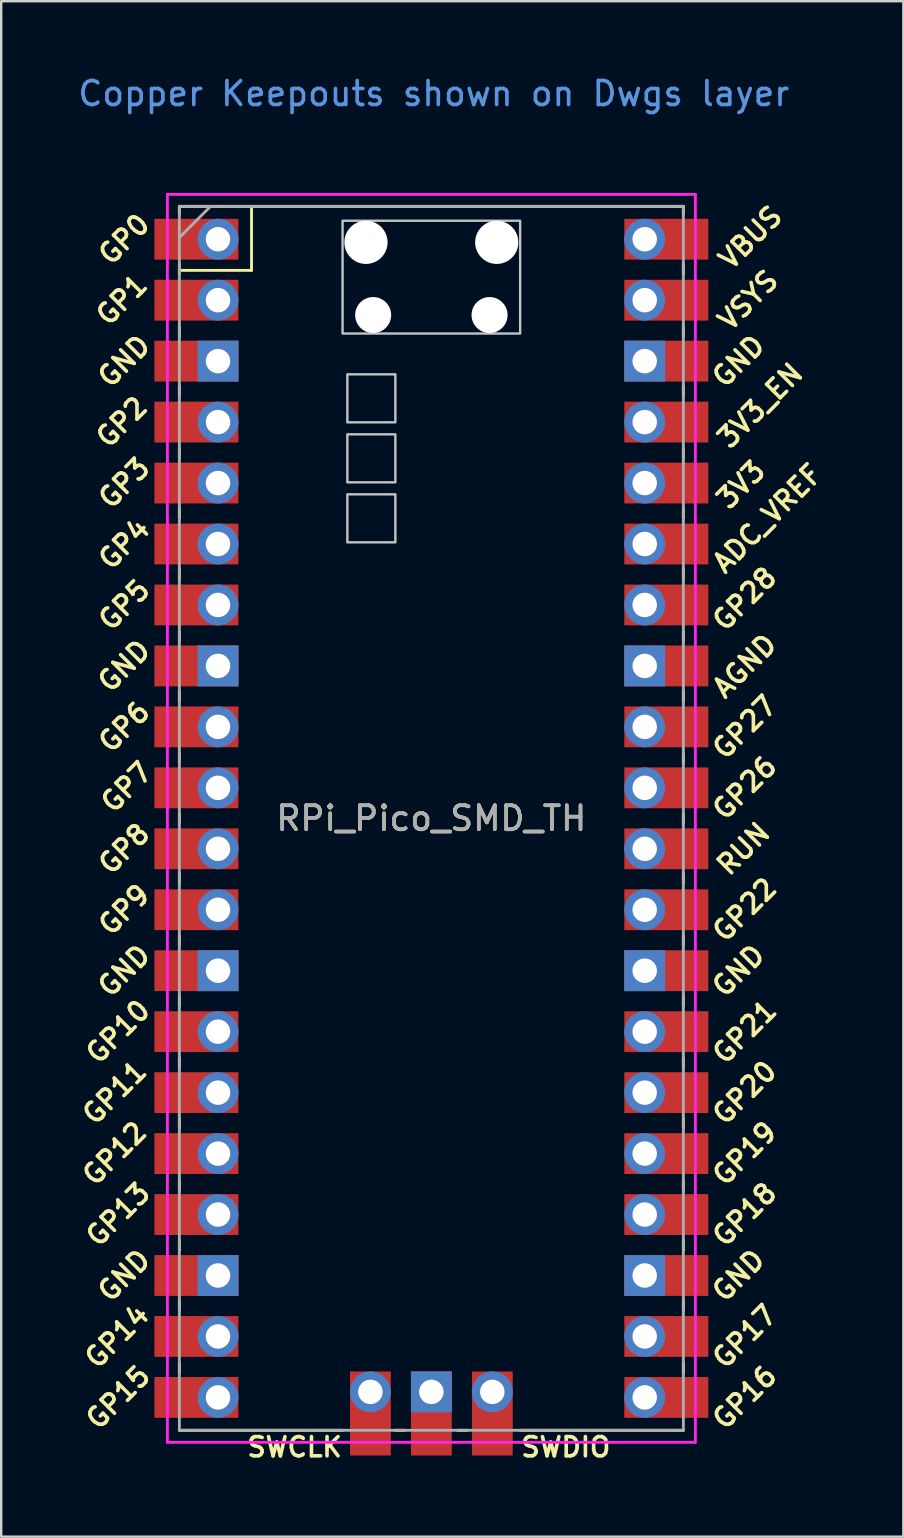
<source format=kicad_pcb>
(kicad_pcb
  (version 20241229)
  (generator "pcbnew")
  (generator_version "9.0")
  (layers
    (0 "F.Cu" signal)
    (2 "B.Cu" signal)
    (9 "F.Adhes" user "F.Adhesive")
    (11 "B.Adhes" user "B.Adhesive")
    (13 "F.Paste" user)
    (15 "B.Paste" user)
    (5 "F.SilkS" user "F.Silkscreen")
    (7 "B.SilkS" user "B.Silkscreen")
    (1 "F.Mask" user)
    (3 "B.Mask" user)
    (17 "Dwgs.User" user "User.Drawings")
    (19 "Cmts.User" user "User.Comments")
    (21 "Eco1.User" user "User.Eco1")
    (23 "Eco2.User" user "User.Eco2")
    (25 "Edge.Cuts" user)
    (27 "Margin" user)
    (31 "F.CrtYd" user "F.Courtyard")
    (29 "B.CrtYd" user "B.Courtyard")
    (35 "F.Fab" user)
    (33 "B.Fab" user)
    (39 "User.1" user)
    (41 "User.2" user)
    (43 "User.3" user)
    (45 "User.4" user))
  (footprint "RPi_Pico_SMD_TH"
    (layer "F.Cu")
    (at 14.924 31.048)
    (property "Reference" "RPi_Pico_SMD_TH" (at 0 0 0) (layer "F.SilkS") (effects (font (size 1 1) (thickness 0.15))))
    (attr through_hole)
    (fp_line (start -10.5 -25.5) (end -10.5 -25.2) (stroke (width 0.12) (type solid)) (layer "F.SilkS"))
    (fp_line (start -10.5 -25.5) (end 10.5 -25.5) (stroke (width 0.12) (type solid)) (layer "F.SilkS"))
    (fp_line (start -10.5 -23.1) (end -10.5 -22.7) (stroke (width 0.12) (type solid)) (layer "F.SilkS"))
    (fp_line (start -10.5 -22.833) (end -7.493 -22.833) (stroke (width 0.12) (type solid)) (layer "F.SilkS"))
    (fp_line (start -10.5 -20.5) (end -10.5 -20.1) (stroke (width 0.12) (type solid)) (layer "F.SilkS"))
    (fp_line (start -10.5 -18) (end -10.5 -17.6) (stroke (width 0.12) (type solid)) (layer "F.SilkS"))
    (fp_line (start -10.5 -15.4) (end -10.5 -15) (stroke (width 0.12) (type solid)) (layer "F.SilkS"))
    (fp_line (start -10.5 -12.9) (end -10.5 -12.5) (stroke (width 0.12) (type solid)) (layer "F.SilkS"))
    (fp_line (start -10.5 -10.4) (end -10.5 -10) (stroke (width 0.12) (type solid)) (layer "F.SilkS"))
    (fp_line (start -10.5 -7.8) (end -10.5 -7.4) (stroke (width 0.12) (type solid)) (layer "F.SilkS"))
    (fp_line (start -10.5 -5.3) (end -10.5 -4.9) (stroke (width 0.12) (type solid)) (layer "F.SilkS"))
    (fp_line (start -10.5 -2.7) (end -10.5 -2.3) (stroke (width 0.12) (type solid)) (layer "F.SilkS"))
    (fp_line (start -10.5 -0.2) (end -10.5 0.2) (stroke (width 0.12) (type solid)) (layer "F.SilkS"))
    (fp_line (start -10.5 2.3) (end -10.5 2.7) (stroke (width 0.12) (type solid)) (layer "F.SilkS"))
    (fp_line (start -10.5 4.9) (end -10.5 5.3) (stroke (width 0.12) (type solid)) (layer "F.SilkS"))
    (fp_line (start -10.5 7.4) (end -10.5 7.8) (stroke (width 0.12) (type solid)) (layer "F.SilkS"))
    (fp_line (start -10.5 10) (end -10.5 10.4) (stroke (width 0.12) (type solid)) (layer "F.SilkS"))
    (fp_line (start -10.5 12.5) (end -10.5 12.9) (stroke (width 0.12) (type solid)) (layer "F.SilkS"))
    (fp_line (start -10.5 15.1) (end -10.5 15.5) (stroke (width 0.12) (type solid)) (layer "F.SilkS"))
    (fp_line (start -10.5 17.6) (end -10.5 18) (stroke (width 0.12) (type solid)) (layer "F.SilkS"))
    (fp_line (start -10.5 20.1) (end -10.5 20.5) (stroke (width 0.12) (type solid)) (layer "F.SilkS"))
    (fp_line (start -10.5 22.7) (end -10.5 23.1) (stroke (width 0.12) (type solid)) (layer "F.SilkS"))
    (fp_line (start -7.493 -22.833) (end -7.493 -25.5) (stroke (width 0.12) (type solid)) (layer "F.SilkS"))
    (fp_line (start -3.7 25.5) (end -10.5 25.5) (stroke (width 0.12) (type solid)) (layer "F.SilkS"))
    (fp_line (start -1.5 25.5) (end -1.1 25.5) (stroke (width 0.12) (type solid)) (layer "F.SilkS"))
    (fp_line (start 1.1 25.5) (end 1.5 25.5) (stroke (width 0.12) (type solid)) (layer "F.SilkS"))
    (fp_line (start 10.5 -25.5) (end 10.5 -25.2) (stroke (width 0.12) (type solid)) (layer "F.SilkS"))
    (fp_line (start 10.5 -23.1) (end 10.5 -22.7) (stroke (width 0.12) (type solid)) (layer "F.SilkS"))
    (fp_line (start 10.5 -20.5) (end 10.5 -20.1) (stroke (width 0.12) (type solid)) (layer "F.SilkS"))
    (fp_line (start 10.5 -18) (end 10.5 -17.6) (stroke (width 0.12) (type solid)) (layer "F.SilkS"))
    (fp_line (start 10.5 -15.4) (end 10.5 -15) (stroke (width 0.12) (type solid)) (layer "F.SilkS"))
    (fp_line (start 10.5 -12.9) (end 10.5 -12.5) (stroke (width 0.12) (type solid)) (layer "F.SilkS"))
    (fp_line (start 10.5 -10.4) (end 10.5 -10) (stroke (width 0.12) (type solid)) (layer "F.SilkS"))
    (fp_line (start 10.5 -7.8) (end 10.5 -7.4) (stroke (width 0.12) (type solid)) (layer "F.SilkS"))
    (fp_line (start 10.5 -5.3) (end 10.5 -4.9) (stroke (width 0.12) (type solid)) (layer "F.SilkS"))
    (fp_line (start 10.5 -2.7) (end 10.5 -2.3) (stroke (width 0.12) (type solid)) (layer "F.SilkS"))
    (fp_line (start 10.5 -0.2) (end 10.5 0.2) (stroke (width 0.12) (type solid)) (layer "F.SilkS"))
    (fp_line (start 10.5 2.3) (end 10.5 2.7) (stroke (width 0.12) (type solid)) (layer "F.SilkS"))
    (fp_line (start 10.5 4.9) (end 10.5 5.3) (stroke (width 0.12) (type solid)) (layer "F.SilkS"))
    (fp_line (start 10.5 7.4) (end 10.5 7.8) (stroke (width 0.12) (type solid)) (layer "F.SilkS"))
    (fp_line (start 10.5 10) (end 10.5 10.4) (stroke (width 0.12) (type solid)) (layer "F.SilkS"))
    (fp_line (start 10.5 12.5) (end 10.5 12.9) (stroke (width 0.12) (type solid)) (layer "F.SilkS"))
    (fp_line (start 10.5 15.1) (end 10.5 15.5) (stroke (width 0.12) (type solid)) (layer "F.SilkS"))
    (fp_line (start 10.5 17.6) (end 10.5 18) (stroke (width 0.12) (type solid)) (layer "F.SilkS"))
    (fp_line (start 10.5 20.1) (end 10.5 20.5) (stroke (width 0.12) (type solid)) (layer "F.SilkS"))
    (fp_line (start 10.5 22.7) (end 10.5 23.1) (stroke (width 0.12) (type solid)) (layer "F.SilkS"))
    (fp_line (start 10.5 25.5) (end 3.7 25.5) (stroke (width 0.12) (type solid)) (layer "F.SilkS"))
    (fp_poly (pts (xy -1.5 -16.5) (xy -3.5 -16.5) (xy -3.5 -18.5) (xy -1.5 -18.5)) (stroke (width 0.1) (type solid)) (fill no) (layer "Dwgs.User"))
    (fp_poly (pts (xy -1.5 -14) (xy -3.5 -14) (xy -3.5 -16) (xy -1.5 -16)) (stroke (width 0.1) (type solid)) (fill no) (layer "Dwgs.User"))
    (fp_poly (pts (xy -1.5 -11.5) (xy -3.5 -11.5) (xy -3.5 -13.5) (xy -1.5 -13.5)) (stroke (width 0.1) (type solid)) (fill no) (layer "Dwgs.User"))
    (fp_poly (pts (xy 3.7 -20.2) (xy -3.7 -20.2) (xy -3.7 -24.9) (xy 3.7 -24.9)) (stroke (width 0.1) (type solid)) (fill no) (layer "Dwgs.User"))
    (fp_line (start -11 -26) (end 11 -26) (stroke (width 0.12) (type solid)) (layer "F.CrtYd"))
    (fp_line (start -11 26) (end -11 -26) (stroke (width 0.12) (type solid)) (layer "F.CrtYd"))
    (fp_line (start 11 -26) (end 11 26) (stroke (width 0.12) (type solid)) (layer "F.CrtYd"))
    (fp_line (start 11 26) (end -11 26) (stroke (width 0.12) (type solid)) (layer "F.CrtYd"))
    (fp_line (start -10.5 -25.5) (end 10.5 -25.5) (stroke (width 0.12) (type solid)) (layer "F.Fab"))
    (fp_line (start -10.5 -24.2) (end -9.2 -25.5) (stroke (width 0.12) (type solid)) (layer "F.Fab"))
    (fp_line (start -10.5 25.5) (end -10.5 -25.5) (stroke (width 0.12) (type solid)) (layer "F.Fab"))
    (fp_line (start 10.5 -25.5) (end 10.5 25.5) (stroke (width 0.12) (type solid)) (layer "F.Fab"))
    (fp_line (start 10.5 25.5) (end -10.5 25.5) (stroke (width 0.12) (type solid)) (layer "F.Fab"))
    (fp_text user "GND" (at 12.8 19.05 45) (layer "F.SilkS") (effects (font (size 0.8 0.8) (thickness 0.15))))
    (fp_text user "GP13" (at -13.054 16.51 45) (layer "F.SilkS") (effects (font (size 0.8 0.8) (thickness 0.15))))
    (fp_text user "GP22" (at 13.054 3.81 45) (layer "F.SilkS") (effects (font (size 0.8 0.8) (thickness 0.15))))
    (fp_text user "GP10" (at -13.054 8.89 45) (layer "F.SilkS") (effects (font (size 0.8 0.8) (thickness 0.15))))
    (fp_text user "GND" (at -12.8 19.05 45) (layer "F.SilkS") (effects (font (size 0.8 0.8) (thickness 0.15))))
    (fp_text user "RUN" (at 13 1.27 45) (layer "F.SilkS") (effects (font (size 0.8 0.8) (thickness 0.15))))
    (fp_text user "GP4" (at -12.8 -11.43 45) (layer "F.SilkS") (effects (font (size 0.8 0.8) (thickness 0.15))))
    (fp_text user "SWCLK" (at -5.7 26.2 0) (layer "F.SilkS") (effects (font (size 0.8 0.8) (thickness 0.15))))
    (fp_text user "GP9" (at -12.8 3.81 45) (layer "F.SilkS") (effects (font (size 0.8 0.8) (thickness 0.15))))
    (fp_text user "GP2" (at -12.9 -16.51 45) (layer "F.SilkS") (effects (font (size 0.8 0.8) (thickness 0.15))))
    (fp_text user "GP15" (at -13.054 24.13 45) (layer "F.SilkS") (effects (font (size 0.8 0.8) (thickness 0.15))))
    (fp_text user "GND" (at -12.8 -19.05 45) (layer "F.SilkS") (effects (font (size 0.8 0.8) (thickness 0.15))))
    (fp_text user "GP0" (at -12.8 -24.13 45) (layer "F.SilkS") (effects (font (size 0.8 0.8) (thickness 0.15))))
    (fp_text user "GND" (at 12.8 -19.05 45) (layer "F.SilkS") (effects (font (size 0.8 0.8) (thickness 0.15))))
    (fp_text user "GP18" (at 13.054 16.51 45) (layer "F.SilkS") (effects (font (size 0.8 0.8) (thickness 0.15))))
    (fp_text user "GND" (at -12.8 6.35 45) (layer "F.SilkS") (effects (font (size 0.8 0.8) (thickness 0.15))))
    (fp_text user "GP11" (at -13.2 11.43 45) (layer "F.SilkS") (effects (font (size 0.8 0.8) (thickness 0.15))))
    (fp_text user "GP20" (at 13.054 11.43 45) (layer "F.SilkS") (effects (font (size 0.8 0.8) (thickness 0.15))))
    (fp_text user "VSYS" (at 13.2 -21.59 45) (layer "F.SilkS") (effects (font (size 0.8 0.8) (thickness 0.15))))
    (fp_text user "GP19" (at 13.054 13.97 45) (layer "F.SilkS") (effects (font (size 0.8 0.8) (thickness 0.15))))
    (fp_text user "GP26" (at 13.054 -1.27 45) (layer "F.SilkS") (effects (font (size 0.8 0.8) (thickness 0.15))))
    (fp_text user "GP28" (at 13.054 -9.144 45) (layer "F.SilkS") (effects (font (size 0.8 0.8) (thickness 0.15))))
    (fp_text user "GND" (at -12.8 -6.35 45) (layer "F.SilkS") (effects (font (size 0.8 0.8) (thickness 0.15))))
    (fp_text user "GP8" (at -12.8 1.27 45) (layer "F.SilkS") (effects (font (size 0.8 0.8) (thickness 0.15))))
    (fp_text user "AGND" (at 13.054 -6.35 45) (layer "F.SilkS") (effects (font (size 0.8 0.8) (thickness 0.15))))
    (fp_text user "GP21" (at 13.054 8.9 45) (layer "F.SilkS") (effects (font (size 0.8 0.8) (thickness 0.15))))
    (fp_text user "GP3" (at -12.8 -13.97 45) (layer "F.SilkS") (effects (font (size 0.8 0.8) (thickness 0.15))))
    (fp_text user "VBUS" (at 13.3 -24.2 45) (layer "F.SilkS") (effects (font (size 0.8 0.8) (thickness 0.15))))
    (fp_text user "GND" (at 12.8 6.35 45) (layer "F.SilkS") (effects (font (size 0.8 0.8) (thickness 0.15))))
    (fp_text user "3V3" (at 12.9 -13.9 45) (layer "F.SilkS") (effects (font (size 0.8 0.8) (thickness 0.15))))
    (fp_text user "3V3_EN" (at 13.7 -17.2 45) (layer "F.SilkS") (effects (font (size 0.8 0.8) (thickness 0.15))))
    (fp_text user "GP17" (at 13.054 21.59 45) (layer "F.SilkS") (effects (font (size 0.8 0.8) (thickness 0.15))))
    (fp_text user "GP6" (at -12.8 -3.81 45) (layer "F.SilkS") (effects (font (size 0.8 0.8) (thickness 0.15))))
    (fp_text user "GP27" (at 13.054 -3.8 45) (layer "F.SilkS") (effects (font (size 0.8 0.8) (thickness 0.15))))
    (fp_text user "GP16" (at 13.054 24.13 45) (layer "F.SilkS") (effects (font (size 0.8 0.8) (thickness 0.15))))
    (fp_text user "GP12" (at -13.2 13.97 45) (layer "F.SilkS") (effects (font (size 0.8 0.8) (thickness 0.15))))
    (fp_text user "SWDIO" (at 5.6 26.2 0) (layer "F.SilkS") (effects (font (size 0.8 0.8) (thickness 0.15))))
    (fp_text user "GP5" (at -12.8 -8.89 45) (layer "F.SilkS") (effects (font (size 0.8 0.8) (thickness 0.15))))
    (fp_text user "GP1" (at -12.9 -21.6 45) (layer "F.SilkS") (effects (font (size 0.8 0.8) (thickness 0.15))))
    (fp_text user "GP14" (at -13.1 21.59 45) (layer "F.SilkS") (effects (font (size 0.8 0.8) (thickness 0.15))))
    (fp_text user "GP7" (at -12.7 -1.3 45) (layer "F.SilkS") (effects (font (size 0.8 0.8) (thickness 0.15))))
    (fp_text user "ADC_VREF" (at 14 -12.5 45) (layer "F.SilkS") (effects (font (size 0.8 0.8) (thickness 0.15))))
    (fp_text user "Copper Keepouts shown on Dwgs layer" (at 0.1 -30.2 0) (layer "Cmts.User") (effects (font (size 1 1) (thickness 0.15))))
    (fp_text user "${REFERENCE}" (at 0 0 180) (layer "F.Fab") (effects (font (size 1 1) (thickness 0.15))))
    (pad "" np_thru_hole oval (at -2.725 -24) (size 1.8 1.8) (drill 1.8) (layers "*.Cu" "*.Mask"))
    (pad "" np_thru_hole oval (at -2.425 -20.97) (size 1.5 1.5) (drill 1.5) (layers "*.Cu" "*.Mask"))
    (pad "" np_thru_hole oval (at 2.425 -20.97) (size 1.5 1.5) (drill 1.5) (layers "*.Cu" "*.Mask"))
    (pad "" np_thru_hole oval (at 2.725 -24) (size 1.8 1.8) (drill 1.8) (layers "*.Cu" "*.Mask"))
    (pad "1" thru_hole oval (at -8.89 -24.13) (size 1.7 1.7) (drill 1.02) (layers "*.Cu" "*.Mask"))
    (pad "1" smd rect (at -8.89 -24.13) (size 3.5 1.7) (drill (offset -0.9 0)) (layers "F.Cu" "F.Mask"))
    (pad "2" thru_hole oval (at -8.89 -21.59) (size 1.7 1.7) (drill 1.02) (layers "*.Cu" "*.Mask"))
    (pad "2" smd rect (at -8.89 -21.59) (size 3.5 1.7) (drill (offset -0.9 0)) (layers "F.Cu" "F.Mask"))
    (pad "3" thru_hole rect (at -8.89 -19.05) (size 1.7 1.7) (drill 1.02) (layers "*.Cu" "*.Mask"))
    (pad "3" smd rect (at -8.89 -19.05) (size 3.5 1.7) (drill (offset -0.9 0)) (layers "F.Cu" "F.Mask"))
    (pad "4" thru_hole oval (at -8.89 -16.51) (size 1.7 1.7) (drill 1.02) (layers "*.Cu" "*.Mask"))
    (pad "4" smd rect (at -8.89 -16.51) (size 3.5 1.7) (drill (offset -0.9 0)) (layers "F.Cu" "F.Mask"))
    (pad "5" thru_hole oval (at -8.89 -13.97) (size 1.7 1.7) (drill 1.02) (layers "*.Cu" "*.Mask"))
    (pad "5" smd rect (at -8.89 -13.97) (size 3.5 1.7) (drill (offset -0.9 0)) (layers "F.Cu" "F.Mask"))
    (pad "6" thru_hole oval (at -8.89 -11.43) (size 1.7 1.7) (drill 1.02) (layers "*.Cu" "*.Mask"))
    (pad "6" smd rect (at -8.89 -11.43) (size 3.5 1.7) (drill (offset -0.9 0)) (layers "F.Cu" "F.Mask"))
    (pad "7" thru_hole oval (at -8.89 -8.89) (size 1.7 1.7) (drill 1.02) (layers "*.Cu" "*.Mask"))
    (pad "7" smd rect (at -8.89 -8.89) (size 3.5 1.7) (drill (offset -0.9 0)) (layers "F.Cu" "F.Mask"))
    (pad "8" thru_hole rect (at -8.89 -6.35) (size 1.7 1.7) (drill 1.02) (layers "*.Cu" "*.Mask"))
    (pad "8" smd rect (at -8.89 -6.35) (size 3.5 1.7) (drill (offset -0.9 0)) (layers "F.Cu" "F.Mask"))
    (pad "9" thru_hole oval (at -8.89 -3.81) (size 1.7 1.7) (drill 1.02) (layers "*.Cu" "*.Mask"))
    (pad "9" smd rect (at -8.89 -3.81) (size 3.5 1.7) (drill (offset -0.9 0)) (layers "F.Cu" "F.Mask"))
    (pad "10" thru_hole oval (at -8.89 -1.27) (size 1.7 1.7) (drill 1.02) (layers "*.Cu" "*.Mask"))
    (pad "10" smd rect (at -8.89 -1.27) (size 3.5 1.7) (drill (offset -0.9 0)) (layers "F.Cu" "F.Mask"))
    (pad "11" thru_hole oval (at -8.89 1.27) (size 1.7 1.7) (drill 1.02) (layers "*.Cu" "*.Mask"))
    (pad "11" smd rect (at -8.89 1.27) (size 3.5 1.7) (drill (offset -0.9 0)) (layers "F.Cu" "F.Mask"))
    (pad "12" thru_hole oval (at -8.89 3.81) (size 1.7 1.7) (drill 1.02) (layers "*.Cu" "*.Mask"))
    (pad "12" smd rect (at -8.89 3.81) (size 3.5 1.7) (drill (offset -0.9 0)) (layers "F.Cu" "F.Mask"))
    (pad "13" thru_hole rect (at -8.89 6.35) (size 1.7 1.7) (drill 1.02) (layers "*.Cu" "*.Mask"))
    (pad "13" smd rect (at -8.89 6.35) (size 3.5 1.7) (drill (offset -0.9 0)) (layers "F.Cu" "F.Mask"))
    (pad "14" thru_hole oval (at -8.89 8.89) (size 1.7 1.7) (drill 1.02) (layers "*.Cu" "*.Mask"))
    (pad "14" smd rect (at -8.89 8.89) (size 3.5 1.7) (drill (offset -0.9 0)) (layers "F.Cu" "F.Mask"))
    (pad "15" thru_hole oval (at -8.89 11.43) (size 1.7 1.7) (drill 1.02) (layers "*.Cu" "*.Mask"))
    (pad "15" smd rect (at -8.89 11.43) (size 3.5 1.7) (drill (offset -0.9 0)) (layers "F.Cu" "F.Mask"))
    (pad "16" thru_hole oval (at -8.89 13.97) (size 1.7 1.7) (drill 1.02) (layers "*.Cu" "*.Mask"))
    (pad "16" smd rect (at -8.89 13.97) (size 3.5 1.7) (drill (offset -0.9 0)) (layers "F.Cu" "F.Mask"))
    (pad "17" thru_hole oval (at -8.89 16.51) (size 1.7 1.7) (drill 1.02) (layers "*.Cu" "*.Mask"))
    (pad "17" smd rect (at -8.89 16.51) (size 3.5 1.7) (drill (offset -0.9 0)) (layers "F.Cu" "F.Mask"))
    (pad "18" thru_hole rect (at -8.89 19.05) (size 1.7 1.7) (drill 1.02) (layers "*.Cu" "*.Mask"))
    (pad "18" smd rect (at -8.89 19.05) (size 3.5 1.7) (drill (offset -0.9 0)) (layers "F.Cu" "F.Mask"))
    (pad "19" thru_hole oval (at -8.89 21.59) (size 1.7 1.7) (drill 1.02) (layers "*.Cu" "*.Mask"))
    (pad "19" smd rect (at -8.89 21.59) (size 3.5 1.7) (drill (offset -0.9 0)) (layers "F.Cu" "F.Mask"))
    (pad "20" thru_hole oval (at -8.89 24.13) (size 1.7 1.7) (drill 1.02) (layers "*.Cu" "*.Mask"))
    (pad "20" smd rect (at -8.89 24.13) (size 3.5 1.7) (drill (offset -0.9 0)) (layers "F.Cu" "F.Mask"))
    (pad "21" thru_hole oval (at 8.89 24.13) (size 1.7 1.7) (drill 1.02) (layers "*.Cu" "*.Mask"))
    (pad "21" smd rect (at 8.89 24.13) (size 3.5 1.7) (drill (offset 0.9 0)) (layers "F.Cu" "F.Mask"))
    (pad "22" thru_hole oval (at 8.89 21.59) (size 1.7 1.7) (drill 1.02) (layers "*.Cu" "*.Mask"))
    (pad "22" smd rect (at 8.89 21.59) (size 3.5 1.7) (drill (offset 0.9 0)) (layers "F.Cu" "F.Mask"))
    (pad "23" thru_hole rect (at 8.89 19.05) (size 1.7 1.7) (drill 1.02) (layers "*.Cu" "*.Mask"))
    (pad "23" smd rect (at 8.89 19.05) (size 3.5 1.7) (drill (offset 0.9 0)) (layers "F.Cu" "F.Mask"))
    (pad "24" thru_hole oval (at 8.89 16.51) (size 1.7 1.7) (drill 1.02) (layers "*.Cu" "*.Mask"))
    (pad "24" smd rect (at 8.89 16.51) (size 3.5 1.7) (drill (offset 0.9 0)) (layers "F.Cu" "F.Mask"))
    (pad "25" thru_hole oval (at 8.89 13.97) (size 1.7 1.7) (drill 1.02) (layers "*.Cu" "*.Mask"))
    (pad "25" smd rect (at 8.89 13.97) (size 3.5 1.7) (drill (offset 0.9 0)) (layers "F.Cu" "F.Mask"))
    (pad "26" thru_hole oval (at 8.89 11.43) (size 1.7 1.7) (drill 1.02) (layers "*.Cu" "*.Mask"))
    (pad "26" smd rect (at 8.89 11.43) (size 3.5 1.7) (drill (offset 0.9 0)) (layers "F.Cu" "F.Mask"))
    (pad "27" thru_hole oval (at 8.89 8.89) (size 1.7 1.7) (drill 1.02) (layers "*.Cu" "*.Mask"))
    (pad "27" smd rect (at 8.89 8.89) (size 3.5 1.7) (drill (offset 0.9 0)) (layers "F.Cu" "F.Mask"))
    (pad "28" thru_hole rect (at 8.89 6.35) (size 1.7 1.7) (drill 1.02) (layers "*.Cu" "*.Mask"))
    (pad "28" smd rect (at 8.89 6.35) (size 3.5 1.7) (drill (offset 0.9 0)) (layers "F.Cu" "F.Mask"))
    (pad "29" thru_hole oval (at 8.89 3.81) (size 1.7 1.7) (drill 1.02) (layers "*.Cu" "*.Mask"))
    (pad "29" smd rect (at 8.89 3.81) (size 3.5 1.7) (drill (offset 0.9 0)) (layers "F.Cu" "F.Mask"))
    (pad "30" thru_hole oval (at 8.89 1.27) (size 1.7 1.7) (drill 1.02) (layers "*.Cu" "*.Mask"))
    (pad "30" smd rect (at 8.89 1.27) (size 3.5 1.7) (drill (offset 0.9 0)) (layers "F.Cu" "F.Mask"))
    (pad "31" thru_hole oval (at 8.89 -1.27) (size 1.7 1.7) (drill 1.02) (layers "*.Cu" "*.Mask"))
    (pad "31" smd rect (at 8.89 -1.27) (size 3.5 1.7) (drill (offset 0.9 0)) (layers "F.Cu" "F.Mask"))
    (pad "32" thru_hole oval (at 8.89 -3.81) (size 1.7 1.7) (drill 1.02) (layers "*.Cu" "*.Mask"))
    (pad "32" smd rect (at 8.89 -3.81) (size 3.5 1.7) (drill (offset 0.9 0)) (layers "F.Cu" "F.Mask"))
    (pad "33" thru_hole rect (at 8.89 -6.35) (size 1.7 1.7) (drill 1.02) (layers "*.Cu" "*.Mask"))
    (pad "33" smd rect (at 8.89 -6.35) (size 3.5 1.7) (drill (offset 0.9 0)) (layers "F.Cu" "F.Mask"))
    (pad "34" thru_hole oval (at 8.89 -8.89) (size 1.7 1.7) (drill 1.02) (layers "*.Cu" "*.Mask"))
    (pad "34" smd rect (at 8.89 -8.89) (size 3.5 1.7) (drill (offset 0.9 0)) (layers "F.Cu" "F.Mask"))
    (pad "35" thru_hole oval (at 8.89 -11.43) (size 1.7 1.7) (drill 1.02) (layers "*.Cu" "*.Mask"))
    (pad "35" smd rect (at 8.89 -11.43) (size 3.5 1.7) (drill (offset 0.9 0)) (layers "F.Cu" "F.Mask"))
    (pad "36" thru_hole oval (at 8.89 -13.97) (size 1.7 1.7) (drill 1.02) (layers "*.Cu" "*.Mask"))
    (pad "36" smd rect (at 8.89 -13.97) (size 3.5 1.7) (drill (offset 0.9 0)) (layers "F.Cu" "F.Mask"))
    (pad "37" thru_hole oval (at 8.89 -16.51) (size 1.7 1.7) (drill 1.02) (layers "*.Cu" "*.Mask"))
    (pad "37" smd rect (at 8.89 -16.51) (size 3.5 1.7) (drill (offset 0.9 0)) (layers "F.Cu" "F.Mask"))
    (pad "38" thru_hole rect (at 8.89 -19.05) (size 1.7 1.7) (drill 1.02) (layers "*.Cu" "*.Mask"))
    (pad "38" smd rect (at 8.89 -19.05) (size 3.5 1.7) (drill (offset 0.9 0)) (layers "F.Cu" "F.Mask"))
    (pad "39" thru_hole oval (at 8.89 -21.59) (size 1.7 1.7) (drill 1.02) (layers "*.Cu" "*.Mask"))
    (pad "39" smd rect (at 8.89 -21.59) (size 3.5 1.7) (drill (offset 0.9 0)) (layers "F.Cu" "F.Mask"))
    (pad "40" thru_hole oval (at 8.89 -24.13) (size 1.7 1.7) (drill 1.02) (layers "*.Cu" "*.Mask"))
    (pad "40" smd rect (at 8.89 -24.13) (size 3.5 1.7) (drill (offset 0.9 0)) (layers "F.Cu" "F.Mask"))
    (pad "41" thru_hole oval (at -2.54 23.9) (size 1.7 1.7) (drill 1.02) (layers "*.Cu" "*.Mask"))
    (pad "41" smd rect (at -2.54 23.9 90) (size 3.5 1.7) (drill (offset -0.9 0)) (layers "F.Cu" "F.Mask"))
    (pad "42" thru_hole rect (at 0 23.9) (size 1.7 1.7) (drill 1.02) (layers "*.Cu" "*.Mask"))
    (pad "42" smd rect (at 0 23.9 90) (size 3.5 1.7) (drill (offset -0.9 0)) (layers "F.Cu" "F.Mask"))
    (pad "43" thru_hole oval (at 2.54 23.9) (size 1.7 1.7) (drill 1.02) (layers "*.Cu" "*.Mask"))
    (pad "43" smd rect (at 2.54 23.9 90) (size 3.5 1.7) (drill (offset -0.9 0)) (layers "F.Cu" "F.Mask")))
  (gr_rect
    (start -3 -3)
    (end 34.591 60.98)
    (stroke (width 0.1) (type default))
    (fill no)
    (layer "Edge.Cuts")))
</source>
